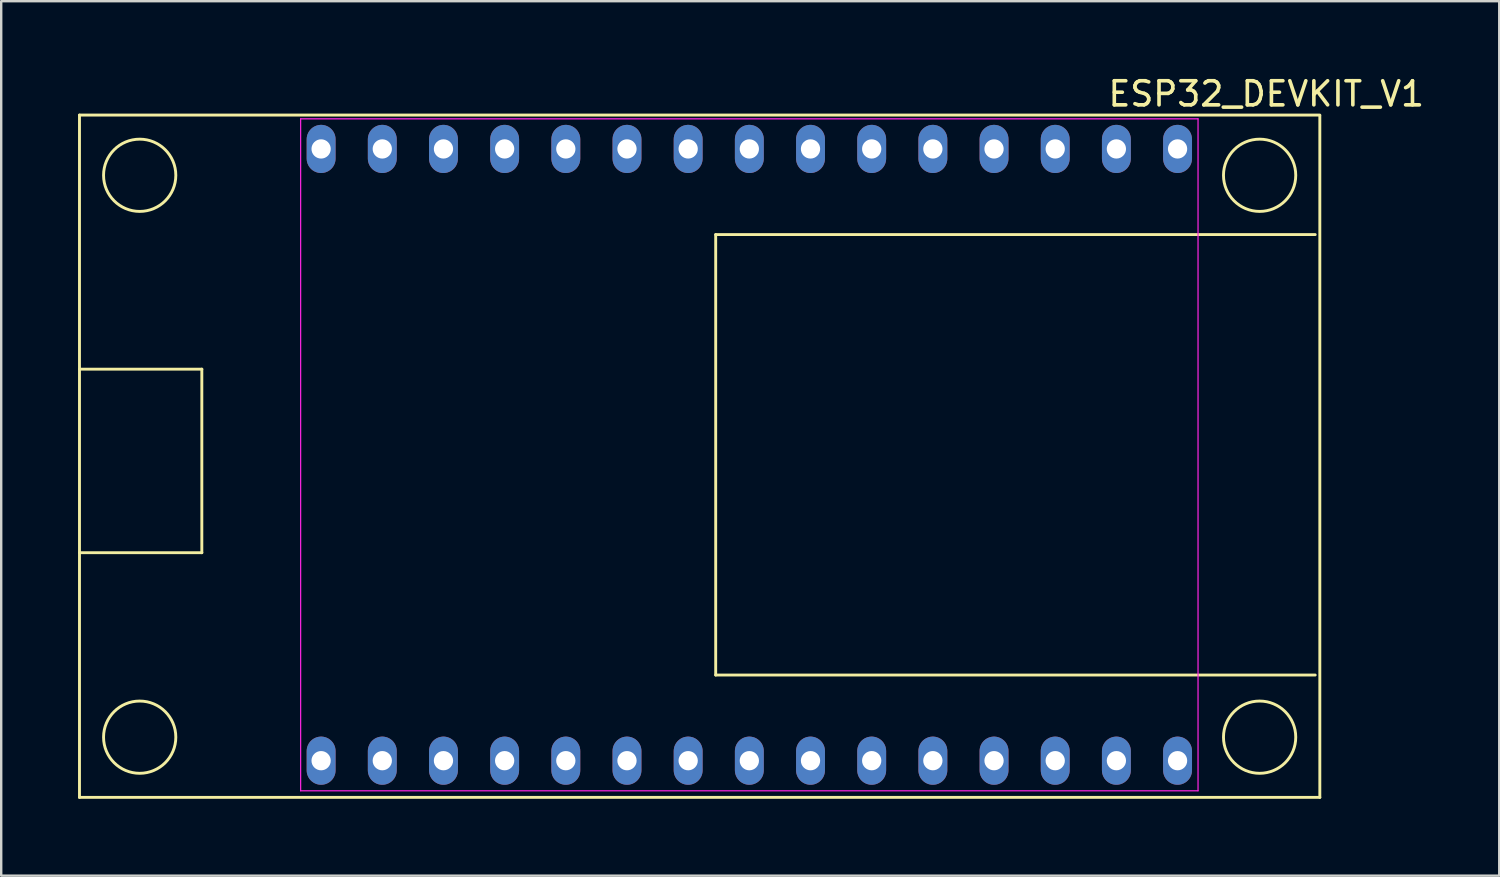
<source format=kicad_pcb>
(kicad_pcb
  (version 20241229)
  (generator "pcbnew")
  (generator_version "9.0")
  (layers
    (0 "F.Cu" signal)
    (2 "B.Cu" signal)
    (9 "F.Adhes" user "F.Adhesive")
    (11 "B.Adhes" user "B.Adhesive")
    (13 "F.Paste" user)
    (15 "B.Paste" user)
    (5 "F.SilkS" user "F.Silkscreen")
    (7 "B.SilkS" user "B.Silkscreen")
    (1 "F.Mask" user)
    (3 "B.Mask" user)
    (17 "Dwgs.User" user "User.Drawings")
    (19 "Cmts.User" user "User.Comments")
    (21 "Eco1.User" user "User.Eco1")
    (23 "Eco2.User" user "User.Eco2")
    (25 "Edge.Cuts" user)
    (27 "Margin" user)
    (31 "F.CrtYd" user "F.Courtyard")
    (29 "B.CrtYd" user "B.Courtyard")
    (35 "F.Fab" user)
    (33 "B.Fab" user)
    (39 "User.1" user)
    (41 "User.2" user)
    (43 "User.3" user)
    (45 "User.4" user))
  (footprint "ESP32_DEVKIT_V1"
    (layer "F.Cu")
    (at 0.25 30.058)
    (property "Reference" "ESP32_DEVKIT_V1" (at 49.276 -29.21 0) (layer "F.SilkS") (effects (font (size 1 1) (thickness 0.15))))
    (attr through_hole)
    (fp_line (start 0 -28.33) (end 0 0) (stroke (width 0.12) (type solid)) (layer "F.SilkS"))
    (fp_line (start 0 -17.78) (end 5.08 -17.78) (stroke (width 0.12) (type solid)) (layer "F.SilkS"))
    (fp_line (start 0 0) (end 51.5 0) (stroke (width 0.12) (type solid)) (layer "F.SilkS"))
    (fp_line (start 5.08 -17.78) (end 5.08 -10.16) (stroke (width 0.12) (type solid)) (layer "F.SilkS"))
    (fp_line (start 5.08 -10.16) (end 0 -10.16) (stroke (width 0.12) (type solid)) (layer "F.SilkS"))
    (fp_line (start 26.416 -23.368) (end 26.416 -5.08) (stroke (width 0.12) (type solid)) (layer "F.SilkS"))
    (fp_line (start 26.416 -5.08) (end 51.308 -5.08) (stroke (width 0.12) (type solid)) (layer "F.SilkS"))
    (fp_line (start 51.308 -23.368) (end 26.416 -23.368) (stroke (width 0.12) (type solid)) (layer "F.SilkS"))
    (fp_line (start 51.5 -28.33) (end 0 -28.33) (stroke (width 0.12) (type solid)) (layer "F.SilkS"))
    (fp_line (start 51.5 0) (end 51.5 -28.3) (stroke (width 0.12) (type solid)) (layer "F.SilkS"))
    (fp_circle (center 2.5 -25.83) (end 4 -25.83) (stroke (width 0.12) (type solid)) (fill no) (layer "F.SilkS"))
    (fp_circle (center 2.5 -2.5) (end 4 -2.5) (stroke (width 0.12) (type solid)) (fill no) (layer "F.SilkS"))
    (fp_circle (center 49 -25.83) (end 50.5 -25.83) (stroke (width 0.12) (type solid)) (fill no) (layer "F.SilkS"))
    (fp_circle (center 49 -2.5) (end 50.5 -2.5) (stroke (width 0.12) (type solid)) (fill no) (layer "F.SilkS"))
    (fp_line (start 9.183 -28.174) (end 46.443 -28.174) (stroke (width 0.05) (type solid)) (layer "F.CrtYd"))
    (fp_line (start 9.183 -0.274) (end 9.183 -28.174) (stroke (width 0.05) (type solid)) (layer "F.CrtYd"))
    (fp_line (start 46.443 -28.174) (end 46.443 -0.274) (stroke (width 0.05) (type solid)) (layer "F.CrtYd"))
    (fp_line (start 46.443 -0.274) (end 9.183 -0.274) (stroke (width 0.05) (type solid)) (layer "F.CrtYd"))
    (pad "1" thru_hole oval (at 10.033 -1.524) (size 1.2 2) (drill 0.8) (layers "*.Cu" "*.Mask"))
    (pad "2" thru_hole oval (at 12.573 -1.524) (size 1.2 2) (drill 0.8) (layers "*.Cu" "*.Mask"))
    (pad "3" thru_hole oval (at 15.113 -1.524) (size 1.2 2) (drill 0.8) (layers "*.Cu" "*.Mask"))
    (pad "4" thru_hole oval (at 17.653 -1.524) (size 1.2 2) (drill 0.8) (layers "*.Cu" "*.Mask"))
    (pad "5" thru_hole oval (at 20.193 -1.524) (size 1.2 2) (drill 0.8) (layers "*.Cu" "*.Mask"))
    (pad "6" thru_hole oval (at 22.733 -1.524) (size 1.2 2) (drill 0.8) (layers "*.Cu" "*.Mask"))
    (pad "7" thru_hole oval (at 25.273 -1.524) (size 1.2 2) (drill 0.8) (layers "*.Cu" "*.Mask"))
    (pad "8" thru_hole oval (at 27.813 -1.524) (size 1.2 2) (drill 0.8) (layers "*.Cu" "*.Mask"))
    (pad "9" thru_hole oval (at 30.353 -1.524) (size 1.2 2) (drill 0.8) (layers "*.Cu" "*.Mask"))
    (pad "10" thru_hole oval (at 32.893 -1.524) (size 1.2 2) (drill 0.8) (layers "*.Cu" "*.Mask"))
    (pad "11" thru_hole oval (at 35.433 -1.524) (size 1.2 2) (drill 0.8) (layers "*.Cu" "*.Mask"))
    (pad "12" thru_hole oval (at 37.973 -1.524) (size 1.2 2) (drill 0.8) (layers "*.Cu" "*.Mask"))
    (pad "13" thru_hole oval (at 40.513 -1.524) (size 1.2 2) (drill 0.8) (layers "*.Cu" "*.Mask"))
    (pad "14" thru_hole oval (at 43.053 -1.524) (size 1.2 2) (drill 0.8) (layers "*.Cu" "*.Mask"))
    (pad "15" thru_hole oval (at 45.593 -1.524) (size 1.2 2) (drill 0.8) (layers "*.Cu" "*.Mask"))
    (pad "16" thru_hole oval (at 45.593 -26.924) (size 1.2 2) (drill 0.8) (layers "*.Cu" "*.Mask"))
    (pad "17" thru_hole oval (at 43.053 -26.924) (size 1.2 2) (drill 0.8) (layers "*.Cu" "*.Mask"))
    (pad "18" thru_hole oval (at 40.513 -26.924) (size 1.2 2) (drill 0.8) (layers "*.Cu" "*.Mask"))
    (pad "19" thru_hole oval (at 37.973 -26.924) (size 1.2 2) (drill 0.8) (layers "*.Cu" "*.Mask"))
    (pad "20" thru_hole oval (at 35.433 -26.924) (size 1.2 2) (drill 0.8) (layers "*.Cu" "*.Mask"))
    (pad "21" thru_hole oval (at 32.893 -26.924) (size 1.2 2) (drill 0.8) (layers "*.Cu" "*.Mask"))
    (pad "22" thru_hole oval (at 30.353 -26.924) (size 1.2 2) (drill 0.8) (layers "*.Cu" "*.Mask"))
    (pad "23" thru_hole oval (at 27.813 -26.924) (size 1.2 2) (drill 0.8) (layers "*.Cu" "*.Mask"))
    (pad "24" thru_hole oval (at 25.273 -26.924) (size 1.2 2) (drill 0.8) (layers "*.Cu" "*.Mask"))
    (pad "25" thru_hole oval (at 22.733 -26.924) (size 1.2 2) (drill 0.8) (layers "*.Cu" "*.Mask"))
    (pad "26" thru_hole oval (at 20.193 -26.924) (size 1.2 2) (drill 0.8) (layers "*.Cu" "*.Mask"))
    (pad "27" thru_hole oval (at 17.653 -26.924) (size 1.2 2) (drill 0.8) (layers "*.Cu" "*.Mask"))
    (pad "28" thru_hole oval (at 15.113 -26.924) (size 1.2 2) (drill 0.8) (layers "*.Cu" "*.Mask"))
    (pad "29" thru_hole oval (at 12.573 -26.924) (size 1.2 2) (drill 0.8) (layers "*.Cu" "*.Mask"))
    (pad "30" thru_hole oval (at 10.033 -26.924) (size 1.2 2) (drill 0.8) (layers "*.Cu" "*.Mask")))
  (gr_rect
    (start -3 -3)
    (end 59.199 33.308)
    (stroke (width 0.1) (type default))
    (fill no)
    (layer "Edge.Cuts")))
</source>
